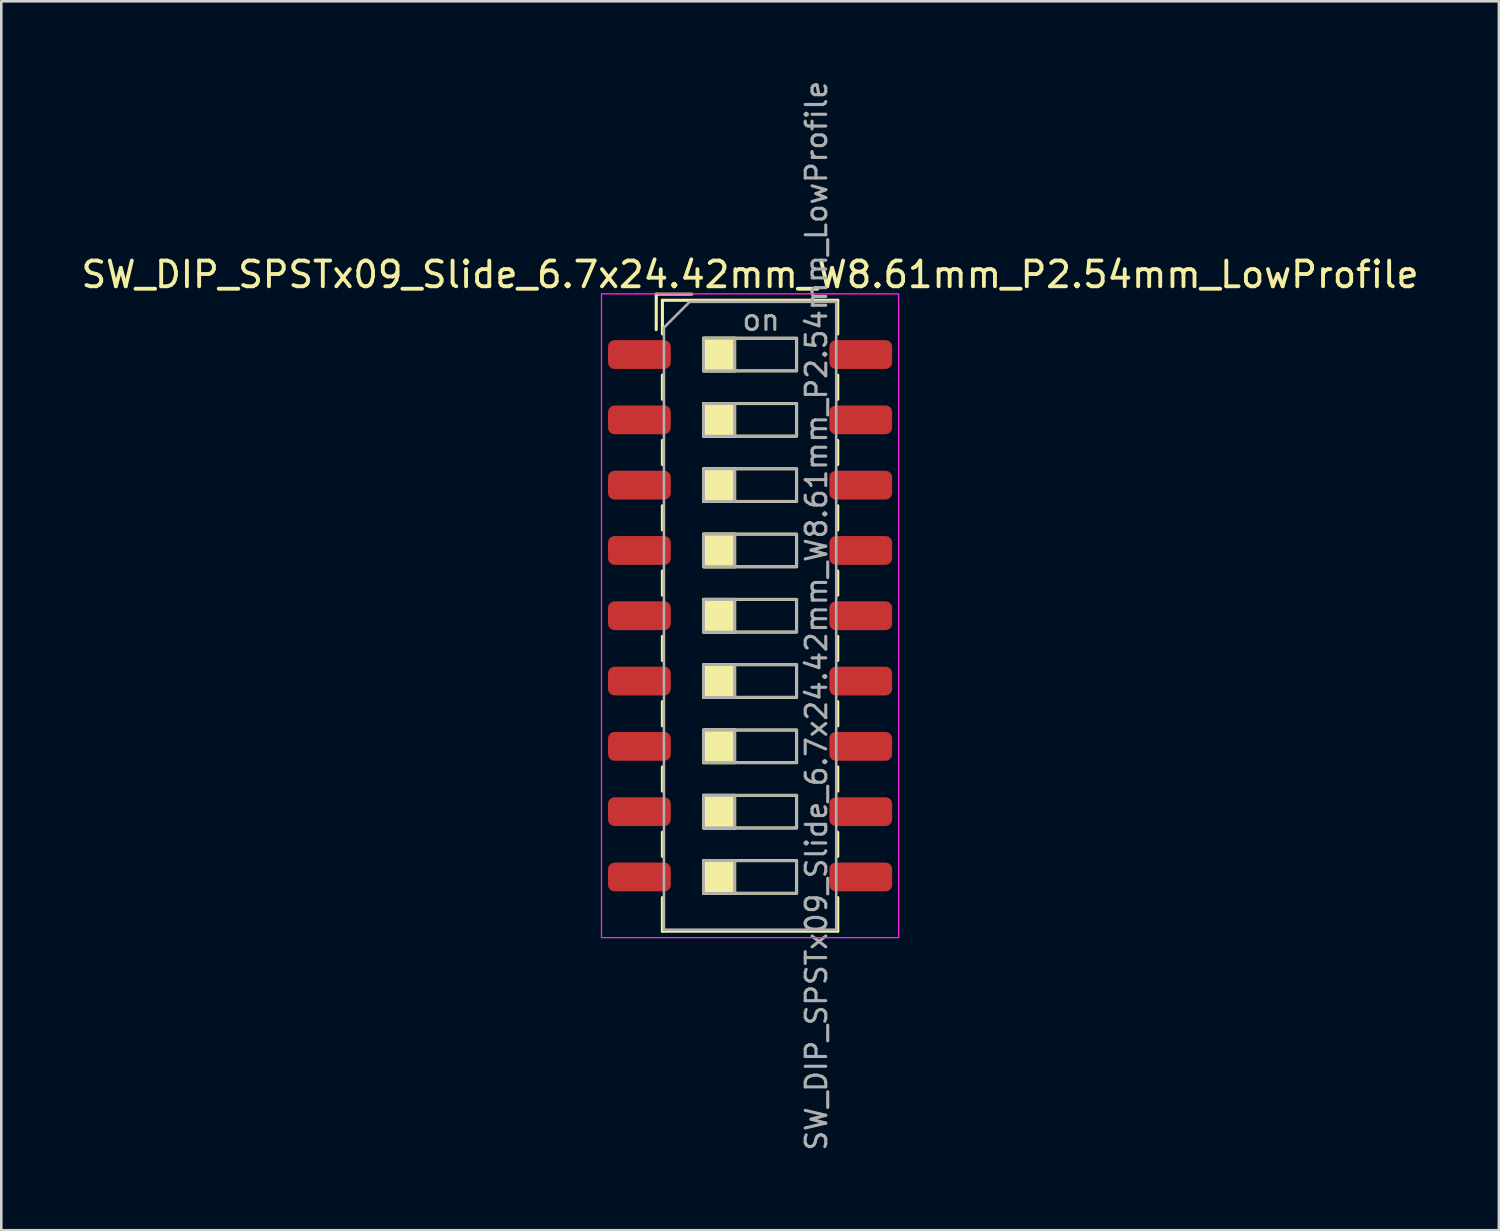
<source format=kicad_pcb>
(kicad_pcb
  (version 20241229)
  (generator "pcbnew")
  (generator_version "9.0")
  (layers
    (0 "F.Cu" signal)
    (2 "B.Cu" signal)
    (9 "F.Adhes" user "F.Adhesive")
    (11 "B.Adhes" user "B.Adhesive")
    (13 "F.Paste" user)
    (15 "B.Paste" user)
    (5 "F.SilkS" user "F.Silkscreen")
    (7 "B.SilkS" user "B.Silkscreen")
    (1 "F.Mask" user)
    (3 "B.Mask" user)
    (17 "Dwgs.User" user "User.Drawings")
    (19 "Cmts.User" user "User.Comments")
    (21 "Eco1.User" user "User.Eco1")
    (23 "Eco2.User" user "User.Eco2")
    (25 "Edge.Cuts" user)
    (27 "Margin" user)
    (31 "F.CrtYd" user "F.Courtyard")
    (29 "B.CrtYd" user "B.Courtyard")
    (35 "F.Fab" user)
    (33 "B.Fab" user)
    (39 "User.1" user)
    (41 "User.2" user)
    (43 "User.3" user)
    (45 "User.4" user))
  (footprint "SW_DIP_SPSTx09_Slide_6.7x24.42mm_W8.61mm_P2.54mm_LowProfile"
    (layer "F.Cu")
    (at 26.125 20.9)
    (property "Reference" "SW_DIP_SPSTx09_Slide_6.7x24.42mm_W8.61mm_P2.54mm_LowProfile" (at 0 -13.27 0) (layer "F.SilkS") (effects (font (size 1 1) (thickness 0.15))))
    (attr smd)
    (fp_line (start -3.65 -12.51) (end -3.65 -11.127) (stroke (width 0.12) (type solid)) (layer "F.SilkS"))
    (fp_line (start -3.65 -12.51) (end -2.267 -12.51) (stroke (width 0.12) (type solid)) (layer "F.SilkS"))
    (fp_line (start -3.41 -12.27) (end -3.41 -10.96) (stroke (width 0.12) (type solid)) (layer "F.SilkS"))
    (fp_line (start -3.41 -12.27) (end 3.41 -12.27) (stroke (width 0.12) (type solid)) (layer "F.SilkS"))
    (fp_line (start -3.41 -9.36) (end -3.41 -8.42) (stroke (width 0.12) (type solid)) (layer "F.SilkS"))
    (fp_line (start -3.41 -6.82) (end -3.41 -5.88) (stroke (width 0.12) (type solid)) (layer "F.SilkS"))
    (fp_line (start -3.41 -4.28) (end -3.41 -3.34) (stroke (width 0.12) (type solid)) (layer "F.SilkS"))
    (fp_line (start -3.41 -1.74) (end -3.41 -0.8) (stroke (width 0.12) (type solid)) (layer "F.SilkS"))
    (fp_line (start -3.41 0.8) (end -3.41 1.74) (stroke (width 0.12) (type solid)) (layer "F.SilkS"))
    (fp_line (start -3.41 3.34) (end -3.41 4.28) (stroke (width 0.12) (type solid)) (layer "F.SilkS"))
    (fp_line (start -3.41 5.88) (end -3.41 6.82) (stroke (width 0.12) (type solid)) (layer "F.SilkS"))
    (fp_line (start -3.41 8.42) (end -3.41 9.36) (stroke (width 0.12) (type solid)) (layer "F.SilkS"))
    (fp_line (start -3.41 10.96) (end -3.41 12.27) (stroke (width 0.12) (type solid)) (layer "F.SilkS"))
    (fp_line (start -3.41 12.27) (end 3.41 12.27) (stroke (width 0.12) (type solid)) (layer "F.SilkS"))
    (fp_line (start -0.603 -10.795) (end -0.603 -9.525) (stroke (width 0.12) (type solid)) (layer "F.SilkS"))
    (fp_line (start -0.603 -8.255) (end -0.603 -6.985) (stroke (width 0.12) (type solid)) (layer "F.SilkS"))
    (fp_line (start -0.603 -5.715) (end -0.603 -4.445) (stroke (width 0.12) (type solid)) (layer "F.SilkS"))
    (fp_line (start -0.603 -3.175) (end -0.603 -1.905) (stroke (width 0.12) (type solid)) (layer "F.SilkS"))
    (fp_line (start -0.603 -0.635) (end -0.603 0.635) (stroke (width 0.12) (type solid)) (layer "F.SilkS"))
    (fp_line (start -0.603 1.905) (end -0.603 3.175) (stroke (width 0.12) (type solid)) (layer "F.SilkS"))
    (fp_line (start -0.603 4.445) (end -0.603 5.715) (stroke (width 0.12) (type solid)) (layer "F.SilkS"))
    (fp_line (start -0.603 6.985) (end -0.603 8.255) (stroke (width 0.12) (type solid)) (layer "F.SilkS"))
    (fp_line (start -0.603 9.525) (end -0.603 10.795) (stroke (width 0.12) (type solid)) (layer "F.SilkS"))
    (fp_line (start 3.41 -12.27) (end 3.41 -10.96) (stroke (width 0.12) (type solid)) (layer "F.SilkS"))
    (fp_line (start 3.41 -9.36) (end 3.41 -8.42) (stroke (width 0.12) (type solid)) (layer "F.SilkS"))
    (fp_line (start 3.41 -6.82) (end 3.41 -5.88) (stroke (width 0.12) (type solid)) (layer "F.SilkS"))
    (fp_line (start 3.41 -4.28) (end 3.41 -3.34) (stroke (width 0.12) (type solid)) (layer "F.SilkS"))
    (fp_line (start 3.41 -1.74) (end 3.41 -0.8) (stroke (width 0.12) (type solid)) (layer "F.SilkS"))
    (fp_line (start 3.41 0.8) (end 3.41 1.74) (stroke (width 0.12) (type solid)) (layer "F.SilkS"))
    (fp_line (start 3.41 3.34) (end 3.41 4.28) (stroke (width 0.12) (type solid)) (layer "F.SilkS"))
    (fp_line (start 3.41 5.88) (end 3.41 6.82) (stroke (width 0.12) (type solid)) (layer "F.SilkS"))
    (fp_line (start 3.41 8.42) (end 3.41 9.36) (stroke (width 0.12) (type solid)) (layer "F.SilkS"))
    (fp_line (start 3.41 10.96) (end 3.41 12.27) (stroke (width 0.12) (type solid)) (layer "F.SilkS"))
    (fp_rect (start -1.81 -10.795) (end -0.603 -9.525) (stroke (width 0.12) (type solid)) (fill yes) (layer "F.SilkS"))
    (fp_rect (start -1.81 -10.795) (end 1.81 -9.525) (stroke (width 0.12) (type solid)) (fill no) (layer "F.SilkS"))
    (fp_rect (start -1.81 -8.255) (end -0.603 -6.985) (stroke (width 0.12) (type solid)) (fill yes) (layer "F.SilkS"))
    (fp_rect (start -1.81 -8.255) (end 1.81 -6.985) (stroke (width 0.12) (type solid)) (fill no) (layer "F.SilkS"))
    (fp_rect (start -1.81 -5.715) (end -0.603 -4.445) (stroke (width 0.12) (type solid)) (fill yes) (layer "F.SilkS"))
    (fp_rect (start -1.81 -5.715) (end 1.81 -4.445) (stroke (width 0.12) (type solid)) (fill no) (layer "F.SilkS"))
    (fp_rect (start -1.81 -3.175) (end -0.603 -1.905) (stroke (width 0.12) (type solid)) (fill yes) (layer "F.SilkS"))
    (fp_rect (start -1.81 -3.175) (end 1.81 -1.905) (stroke (width 0.12) (type solid)) (fill no) (layer "F.SilkS"))
    (fp_rect (start -1.81 -0.635) (end -0.603 0.635) (stroke (width 0.12) (type solid)) (fill yes) (layer "F.SilkS"))
    (fp_rect (start -1.81 -0.635) (end 1.81 0.635) (stroke (width 0.12) (type solid)) (fill no) (layer "F.SilkS"))
    (fp_rect (start -1.81 1.905) (end -0.603 3.175) (stroke (width 0.12) (type solid)) (fill yes) (layer "F.SilkS"))
    (fp_rect (start -1.81 1.905) (end 1.81 3.175) (stroke (width 0.12) (type solid)) (fill no) (layer "F.SilkS"))
    (fp_rect (start -1.81 4.445) (end -0.603 5.715) (stroke (width 0.12) (type solid)) (fill yes) (layer "F.SilkS"))
    (fp_rect (start -1.81 4.445) (end 1.81 5.715) (stroke (width 0.12) (type solid)) (fill no) (layer "F.SilkS"))
    (fp_rect (start -1.81 6.985) (end -0.603 8.255) (stroke (width 0.12) (type solid)) (fill yes) (layer "F.SilkS"))
    (fp_rect (start -1.81 6.985) (end 1.81 8.255) (stroke (width 0.12) (type solid)) (fill no) (layer "F.SilkS"))
    (fp_rect (start -1.81 9.525) (end -0.603 10.795) (stroke (width 0.12) (type solid)) (fill yes) (layer "F.SilkS"))
    (fp_rect (start -1.81 9.525) (end 1.81 10.795) (stroke (width 0.12) (type solid)) (fill no) (layer "F.SilkS"))
    (fp_rect (start -5.78 -12.52) (end 5.78 12.52) (stroke (width 0.05) (type solid)) (fill no) (layer "F.CrtYd"))
    (fp_line (start -3.35 -11.21) (end -2.35 -12.21) (stroke (width 0.1) (type solid)) (layer "F.Fab"))
    (fp_line (start -3.35 12.21) (end -3.35 -11.21) (stroke (width 0.1) (type solid)) (layer "F.Fab"))
    (fp_line (start -2.35 -12.21) (end 3.35 -12.21) (stroke (width 0.1) (type solid)) (layer "F.Fab"))
    (fp_line (start -0.603 -10.795) (end -0.603 -9.525) (stroke (width 0.1) (type solid)) (layer "F.Fab"))
    (fp_line (start -0.603 -8.255) (end -0.603 -6.985) (stroke (width 0.1) (type solid)) (layer "F.Fab"))
    (fp_line (start -0.603 -5.715) (end -0.603 -4.445) (stroke (width 0.1) (type solid)) (layer "F.Fab"))
    (fp_line (start -0.603 -3.175) (end -0.603 -1.905) (stroke (width 0.1) (type solid)) (layer "F.Fab"))
    (fp_line (start -0.603 -0.635) (end -0.603 0.635) (stroke (width 0.1) (type solid)) (layer "F.Fab"))
    (fp_line (start -0.603 1.905) (end -0.603 3.175) (stroke (width 0.1) (type solid)) (layer "F.Fab"))
    (fp_line (start -0.603 4.445) (end -0.603 5.715) (stroke (width 0.1) (type solid)) (layer "F.Fab"))
    (fp_line (start -0.603 6.985) (end -0.603 8.255) (stroke (width 0.1) (type solid)) (layer "F.Fab"))
    (fp_line (start -0.603 9.525) (end -0.603 10.795) (stroke (width 0.1) (type solid)) (layer "F.Fab"))
    (fp_line (start 3.35 -12.21) (end 3.35 12.21) (stroke (width 0.1) (type solid)) (layer "F.Fab"))
    (fp_line (start 3.35 12.21) (end -3.35 12.21) (stroke (width 0.1) (type solid)) (layer "F.Fab"))
    (fp_rect (start -1.81 -10.795) (end -0.603 -9.525) (stroke (width 0.1) (type solid)) (fill no) (layer "F.Fab"))
    (fp_rect (start -1.81 -10.795) (end 1.81 -9.525) (stroke (width 0.1) (type solid)) (fill no) (layer "F.Fab"))
    (fp_rect (start -1.81 -8.255) (end -0.603 -6.985) (stroke (width 0.1) (type solid)) (fill no) (layer "F.Fab"))
    (fp_rect (start -1.81 -8.255) (end 1.81 -6.985) (stroke (width 0.1) (type solid)) (fill no) (layer "F.Fab"))
    (fp_rect (start -1.81 -5.715) (end -0.603 -4.445) (stroke (width 0.1) (type solid)) (fill no) (layer "F.Fab"))
    (fp_rect (start -1.81 -5.715) (end 1.81 -4.445) (stroke (width 0.1) (type solid)) (fill no) (layer "F.Fab"))
    (fp_rect (start -1.81 -3.175) (end -0.603 -1.905) (stroke (width 0.1) (type solid)) (fill no) (layer "F.Fab"))
    (fp_rect (start -1.81 -3.175) (end 1.81 -1.905) (stroke (width 0.1) (type solid)) (fill no) (layer "F.Fab"))
    (fp_rect (start -1.81 -0.635) (end -0.603 0.635) (stroke (width 0.1) (type solid)) (fill no) (layer "F.Fab"))
    (fp_rect (start -1.81 -0.635) (end 1.81 0.635) (stroke (width 0.1) (type solid)) (fill no) (layer "F.Fab"))
    (fp_rect (start -1.81 1.905) (end -0.603 3.175) (stroke (width 0.1) (type solid)) (fill no) (layer "F.Fab"))
    (fp_rect (start -1.81 1.905) (end 1.81 3.175) (stroke (width 0.1) (type solid)) (fill no) (layer "F.Fab"))
    (fp_rect (start -1.81 4.445) (end -0.603 5.715) (stroke (width 0.1) (type solid)) (fill no) (layer "F.Fab"))
    (fp_rect (start -1.81 4.445) (end 1.81 5.715) (stroke (width 0.1) (type solid)) (fill no) (layer "F.Fab"))
    (fp_rect (start -1.81 6.985) (end -0.603 8.255) (stroke (width 0.1) (type solid)) (fill no) (layer "F.Fab"))
    (fp_rect (start -1.81 6.985) (end 1.81 8.255) (stroke (width 0.1) (type solid)) (fill no) (layer "F.Fab"))
    (fp_rect (start -1.81 9.525) (end -0.603 10.795) (stroke (width 0.1) (type solid)) (fill no) (layer "F.Fab"))
    (fp_rect (start -1.81 9.525) (end 1.81 10.795) (stroke (width 0.1) (type solid)) (fill no) (layer "F.Fab"))
    (fp_text user "on" (at 0.427 -11.502 0) (layer "F.Fab") (effects (font (size 0.8 0.8) (thickness 0.12))))
    (fp_text user "${REFERENCE}" (at 2.58 0 90) (layer "F.Fab") (effects (font (size 0.8 0.8) (thickness 0.12))))
    (pad "1" smd roundrect (at -4.305 -10.16) (size 2.44 1.12) (layers "F.Cu" "F.Mask" "F.Paste") (roundrect_rratio 0.223))
    (pad "2" smd roundrect (at -4.305 -7.62) (size 2.44 1.12) (layers "F.Cu" "F.Mask" "F.Paste") (roundrect_rratio 0.223))
    (pad "3" smd roundrect (at -4.305 -5.08) (size 2.44 1.12) (layers "F.Cu" "F.Mask" "F.Paste") (roundrect_rratio 0.223))
    (pad "4" smd roundrect (at -4.305 -2.54) (size 2.44 1.12) (layers "F.Cu" "F.Mask" "F.Paste") (roundrect_rratio 0.223))
    (pad "5" smd roundrect (at -4.305 0) (size 2.44 1.12) (layers "F.Cu" "F.Mask" "F.Paste") (roundrect_rratio 0.223))
    (pad "6" smd roundrect (at -4.305 2.54) (size 2.44 1.12) (layers "F.Cu" "F.Mask" "F.Paste") (roundrect_rratio 0.223))
    (pad "7" smd roundrect (at -4.305 5.08) (size 2.44 1.12) (layers "F.Cu" "F.Mask" "F.Paste") (roundrect_rratio 0.223))
    (pad "8" smd roundrect (at -4.305 7.62) (size 2.44 1.12) (layers "F.Cu" "F.Mask" "F.Paste") (roundrect_rratio 0.223))
    (pad "9" smd roundrect (at -4.305 10.16) (size 2.44 1.12) (layers "F.Cu" "F.Mask" "F.Paste") (roundrect_rratio 0.223))
    (pad "10" smd roundrect (at 4.305 10.16) (size 2.44 1.12) (layers "F.Cu" "F.Mask" "F.Paste") (roundrect_rratio 0.223))
    (pad "11" smd roundrect (at 4.305 7.62) (size 2.44 1.12) (layers "F.Cu" "F.Mask" "F.Paste") (roundrect_rratio 0.223))
    (pad "12" smd roundrect (at 4.305 5.08) (size 2.44 1.12) (layers "F.Cu" "F.Mask" "F.Paste") (roundrect_rratio 0.223))
    (pad "13" smd roundrect (at 4.305 2.54) (size 2.44 1.12) (layers "F.Cu" "F.Mask" "F.Paste") (roundrect_rratio 0.223))
    (pad "14" smd roundrect (at 4.305 0) (size 2.44 1.12) (layers "F.Cu" "F.Mask" "F.Paste") (roundrect_rratio 0.223))
    (pad "15" smd roundrect (at 4.305 -2.54) (size 2.44 1.12) (layers "F.Cu" "F.Mask" "F.Paste") (roundrect_rratio 0.223))
    (pad "16" smd roundrect (at 4.305 -5.08) (size 2.44 1.12) (layers "F.Cu" "F.Mask" "F.Paste") (roundrect_rratio 0.223))
    (pad "17" smd roundrect (at 4.305 -7.62) (size 2.44 1.12) (layers "F.Cu" "F.Mask" "F.Paste") (roundrect_rratio 0.223))
    (pad "18" smd roundrect (at 4.305 -10.16) (size 2.44 1.12) (layers "F.Cu" "F.Mask" "F.Paste") (roundrect_rratio 0.223)))
  (gr_rect
    (start -3 -3)
    (end 55.25 44.8)
    (stroke (width 0.1) (type default))
    (fill no)
    (layer "Edge.Cuts")))
</source>
